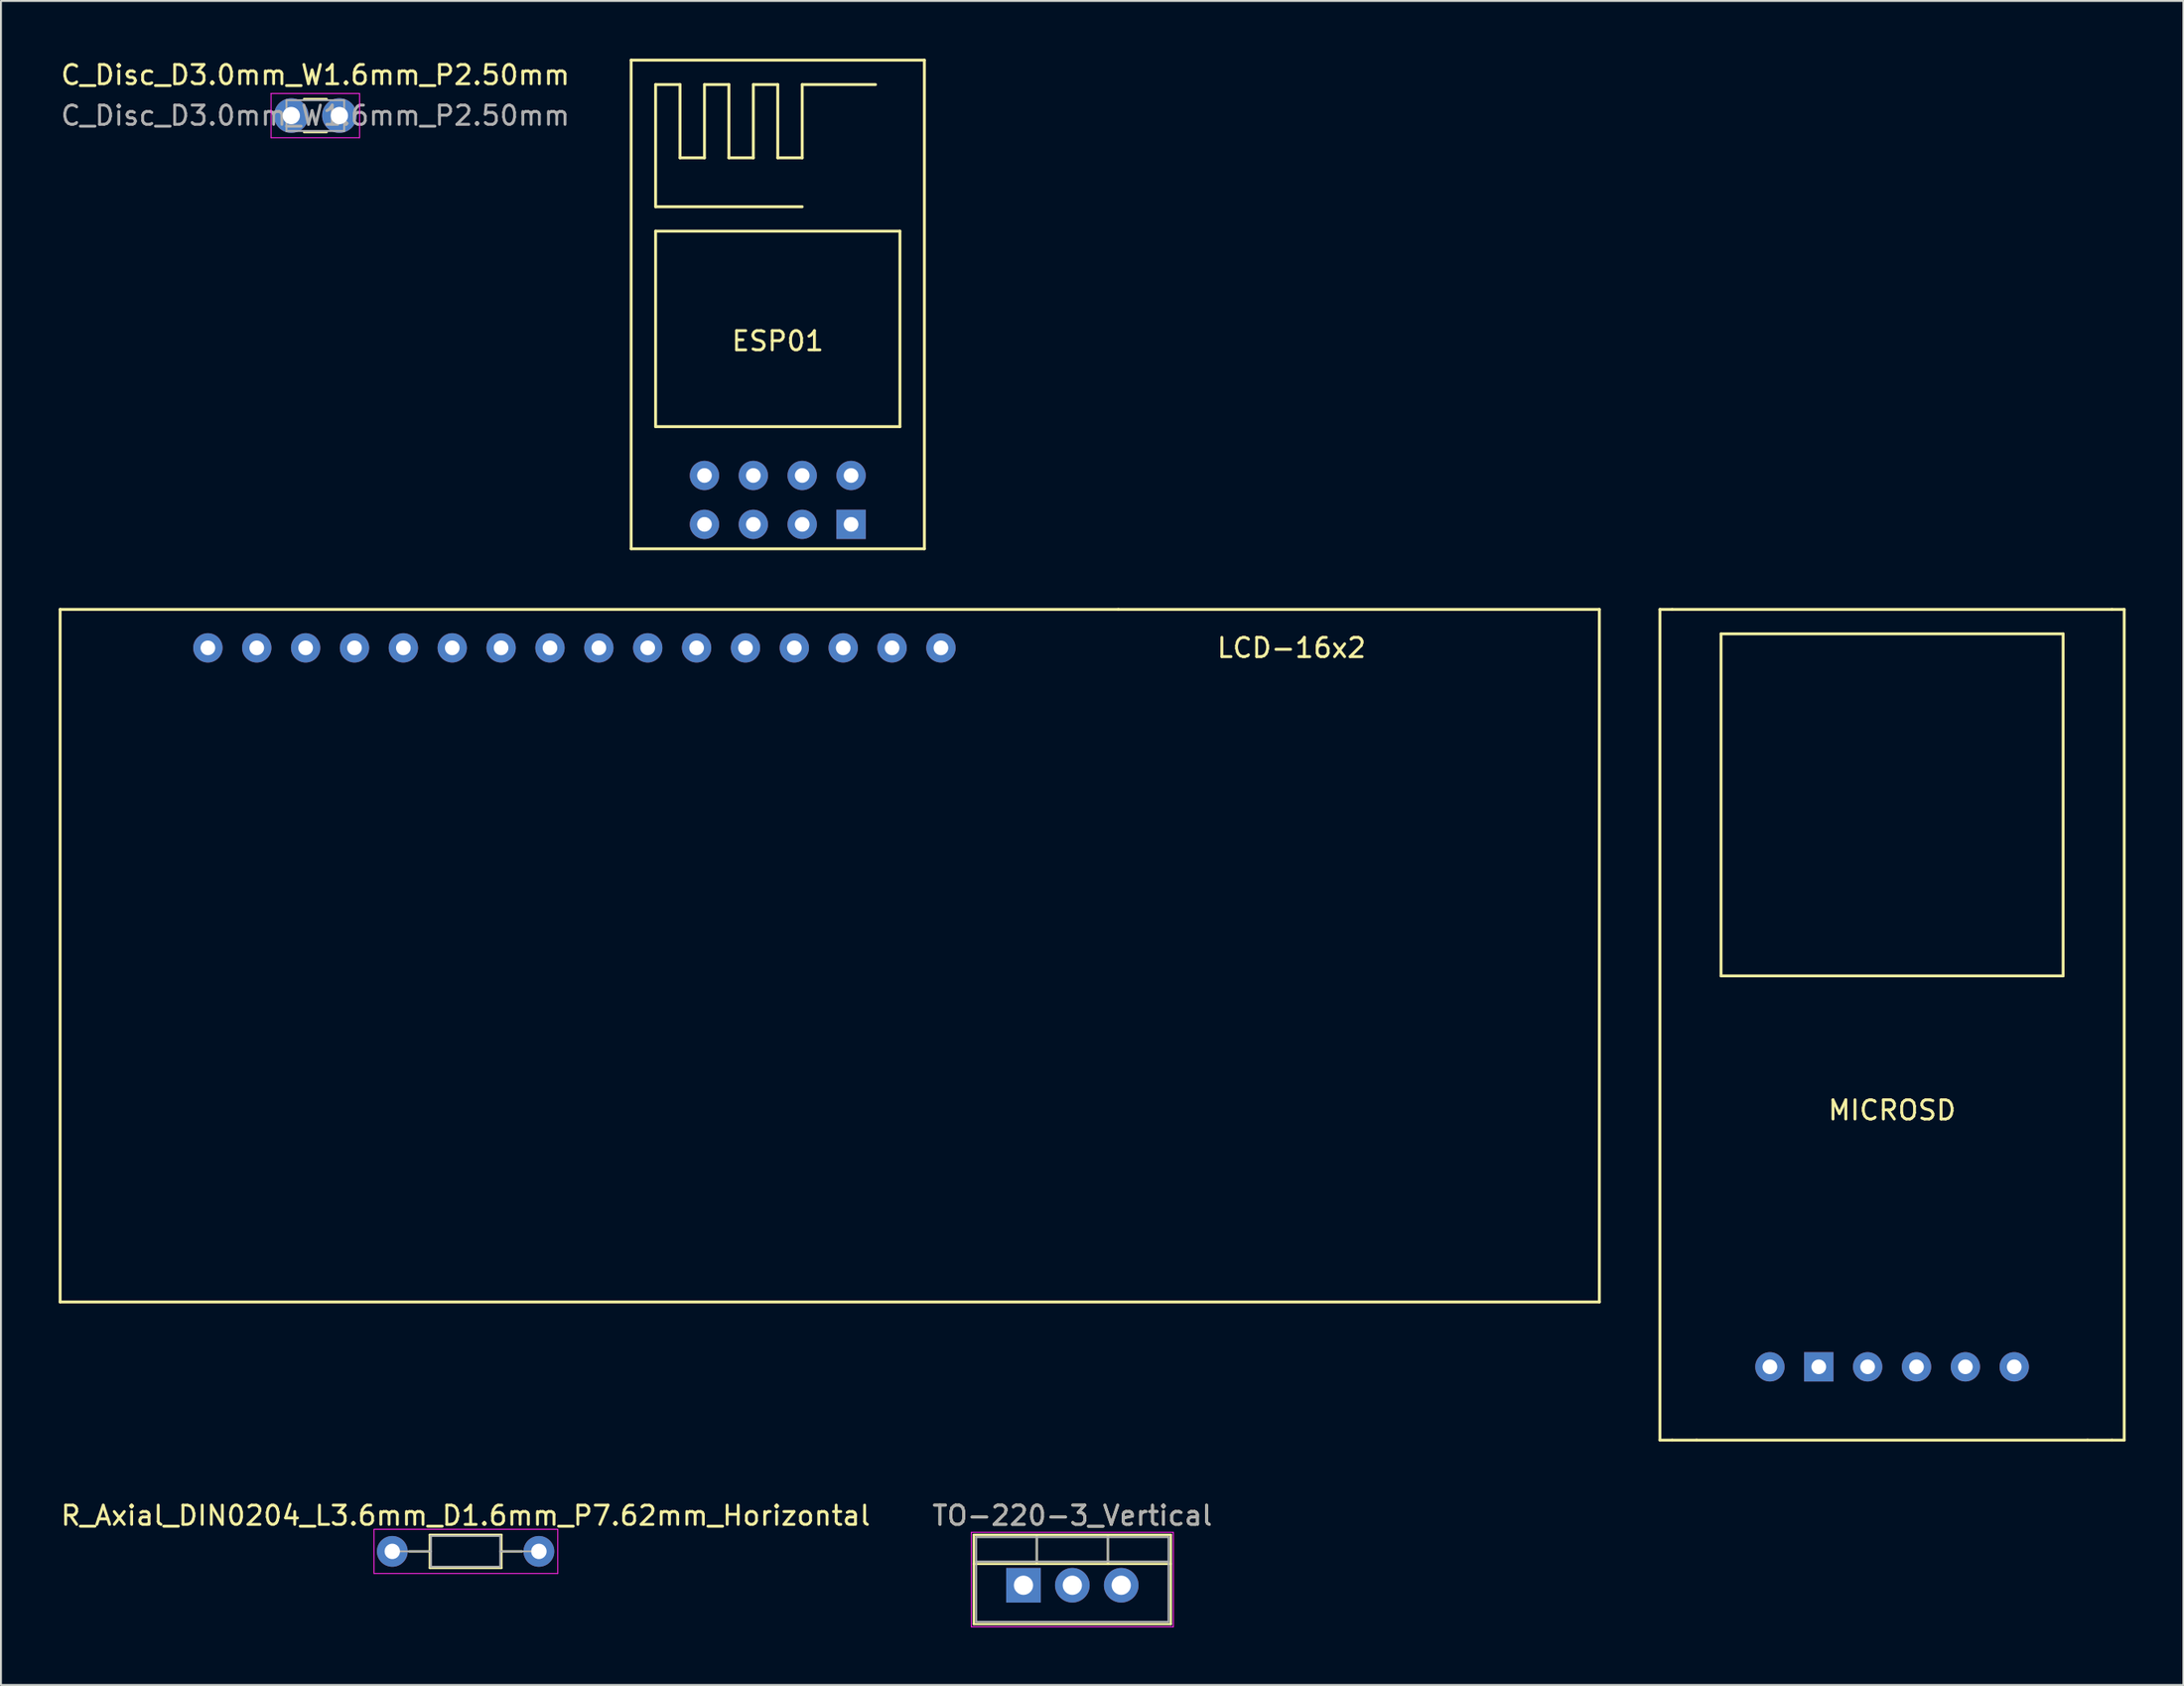
<source format=kicad_pcb>
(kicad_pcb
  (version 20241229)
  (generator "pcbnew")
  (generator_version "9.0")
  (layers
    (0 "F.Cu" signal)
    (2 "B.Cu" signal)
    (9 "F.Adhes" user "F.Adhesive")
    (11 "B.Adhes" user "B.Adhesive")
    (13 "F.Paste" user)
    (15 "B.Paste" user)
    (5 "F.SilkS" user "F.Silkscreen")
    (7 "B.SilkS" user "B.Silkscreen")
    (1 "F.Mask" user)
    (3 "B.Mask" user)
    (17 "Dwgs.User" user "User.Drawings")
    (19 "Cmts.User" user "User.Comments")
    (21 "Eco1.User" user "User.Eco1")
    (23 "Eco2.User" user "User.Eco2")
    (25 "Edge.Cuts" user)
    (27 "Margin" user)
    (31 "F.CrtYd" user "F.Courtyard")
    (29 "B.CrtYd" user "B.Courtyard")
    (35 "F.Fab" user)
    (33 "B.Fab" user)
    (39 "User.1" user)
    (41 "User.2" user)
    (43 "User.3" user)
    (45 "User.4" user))
  (footprint "MICROSD"
    (layer "F.Cu")
    (at 96.56 62.915)
    (property "Reference" "MICROSD" (at -1.27 -8.255 0) (layer "F.SilkS") (effects (font (size 1 1) (thickness 0.15))))
    (attr through_hole)
    (fp_line (start -13.335 -34.29) (end -12.7 -34.29) (stroke (width 0.15) (type solid)) (layer "F.SilkS"))
    (fp_line (start -13.335 8.89) (end -13.335 -34.29) (stroke (width 0.15) (type solid)) (layer "F.SilkS"))
    (fp_line (start -13.335 8.89) (end -12.7 8.89) (stroke (width 0.15) (type solid)) (layer "F.SilkS"))
    (fp_line (start -12.7 8.89) (end -11.43 8.89) (stroke (width 0.15) (type solid)) (layer "F.SilkS"))
    (fp_line (start -11.43 8.89) (end 8.89 8.89) (stroke (width 0.15) (type solid)) (layer "F.SilkS"))
    (fp_line (start -10.16 -33.02) (end -10.16 -15.24) (stroke (width 0.15) (type solid)) (layer "F.SilkS"))
    (fp_line (start -10.16 -15.24) (end 7.62 -15.24) (stroke (width 0.15) (type solid)) (layer "F.SilkS"))
    (fp_line (start 7.62 -33.02) (end -10.16 -33.02) (stroke (width 0.15) (type solid)) (layer "F.SilkS"))
    (fp_line (start 7.62 -15.24) (end 7.62 -33.02) (stroke (width 0.15) (type solid)) (layer "F.SilkS"))
    (fp_line (start 10.16 -34.29) (end -12.7 -34.29) (stroke (width 0.15) (type solid)) (layer "F.SilkS"))
    (fp_line (start 10.16 -34.29) (end 10.795 -34.29) (stroke (width 0.15) (type solid)) (layer "F.SilkS"))
    (fp_line (start 10.16 8.89) (end 8.89 8.89) (stroke (width 0.15) (type solid)) (layer "F.SilkS"))
    (fp_line (start 10.795 8.89) (end 10.16 8.89) (stroke (width 0.15) (type solid)) (layer "F.SilkS"))
    (fp_line (start 10.795 8.89) (end 10.795 -34.29) (stroke (width 0.15) (type solid)) (layer "F.SilkS"))
    (pad "1" thru_hole circle (at 5.08 5.08) (size 1.524 1.524) (drill 0.762) (layers "*.Cu" "*.Mask"))
    (pad "2" thru_hole circle (at 2.54 5.08) (size 1.524 1.524) (drill 0.762) (layers "*.Cu" "*.Mask"))
    (pad "3" thru_hole circle (at 0 5.08) (size 1.524 1.524) (drill 0.762) (layers "*.Cu" "*.Mask"))
    (pad "4" thru_hole circle (at -2.54 5.08) (size 1.524 1.524) (drill 0.762) (layers "*.Cu" "*.Mask"))
    (pad "5" thru_hole rect (at -5.08 5.08) (size 1.524 1.524) (drill 0.762) (layers "*.Cu" "*.Mask"))
    (pad "6" thru_hole circle (at -7.62 5.08) (size 1.524 1.524) (drill 0.762) (layers "*.Cu" "*.Mask")))
  (footprint "R_Axial_DIN0204_L3.6mm_D1.6mm_P7.62mm_Horizontal"
    (layer "F.Cu")
    (at 17.339 77.588)
    (property "Reference" "R_Axial_DIN0204_L3.6mm_D1.6mm_P7.62mm_Horizontal" (at 3.81 -1.86 0) (layer "F.SilkS") (effects (font (size 1 1) (thickness 0.15))))
    (attr through_hole)
    (fp_line (start 0.88 0) (end 1.95 0) (stroke (width 0.12) (type solid)) (layer "F.SilkS"))
    (fp_line (start 1.95 -0.86) (end 1.95 0.86) (stroke (width 0.12) (type solid)) (layer "F.SilkS"))
    (fp_line (start 1.95 0.86) (end 5.67 0.86) (stroke (width 0.12) (type solid)) (layer "F.SilkS"))
    (fp_line (start 5.67 -0.86) (end 1.95 -0.86) (stroke (width 0.12) (type solid)) (layer "F.SilkS"))
    (fp_line (start 5.67 0.86) (end 5.67 -0.86) (stroke (width 0.12) (type solid)) (layer "F.SilkS"))
    (fp_line (start 6.74 0) (end 5.67 0) (stroke (width 0.12) (type solid)) (layer "F.SilkS"))
    (fp_line (start -0.95 -1.15) (end -0.95 1.15) (stroke (width 0.05) (type solid)) (layer "F.CrtYd"))
    (fp_line (start -0.95 1.15) (end 8.6 1.15) (stroke (width 0.05) (type solid)) (layer "F.CrtYd"))
    (fp_line (start 8.6 -1.15) (end -0.95 -1.15) (stroke (width 0.05) (type solid)) (layer "F.CrtYd"))
    (fp_line (start 8.6 1.15) (end 8.6 -1.15) (stroke (width 0.05) (type solid)) (layer "F.CrtYd"))
    (fp_line (start 0 0) (end 2.01 0) (stroke (width 0.1) (type solid)) (layer "F.Fab"))
    (fp_line (start 2.01 -0.8) (end 2.01 0.8) (stroke (width 0.1) (type solid)) (layer "F.Fab"))
    (fp_line (start 2.01 0.8) (end 5.61 0.8) (stroke (width 0.1) (type solid)) (layer "F.Fab"))
    (fp_line (start 5.61 -0.8) (end 2.01 -0.8) (stroke (width 0.1) (type solid)) (layer "F.Fab"))
    (fp_line (start 5.61 0.8) (end 5.61 -0.8) (stroke (width 0.1) (type solid)) (layer "F.Fab"))
    (fp_line (start 7.62 0) (end 5.61 0) (stroke (width 0.1) (type solid)) (layer "F.Fab"))
    (pad "1" thru_hole circle (at 0 0) (size 1.6 1.6) (drill 0.8) (layers "*.Cu" "*.Mask"))
    (pad "2" thru_hole circle (at 7.62 0) (size 1.6 1.6) (drill 0.8) (layers "*.Cu" "*.Mask")))
  (footprint "LCD-16x2"
    (layer "F.Cu")
    (at 28.075 30.625)
    (property "Reference" "LCD-16x2" (at 36 0 0) (layer "F.SilkS") (effects (font (size 1 1) (thickness 0.15))))
    (attr through_hole)
    (fp_line (start -28 -2) (end -28 34) (stroke (width 0.15) (type solid)) (layer "F.SilkS"))
    (fp_line (start -28 -2) (end 27 -2) (stroke (width 0.15) (type solid)) (layer "F.SilkS"))
    (fp_line (start -28 34) (end 52 34) (stroke (width 0.15) (type solid)) (layer "F.SilkS"))
    (fp_line (start 52 -2) (end 27 -2) (stroke (width 0.15) (type solid)) (layer "F.SilkS"))
    (fp_line (start 52 34) (end 52 -2) (stroke (width 0.15) (type solid)) (layer "F.SilkS"))
    (pad "1" thru_hole circle (at -20.32 0) (size 1.524 1.524) (drill 0.762) (layers "*.Cu" "*.Mask"))
    (pad "2" thru_hole circle (at -17.78 0) (size 1.524 1.524) (drill 0.762) (layers "*.Cu" "*.Mask"))
    (pad "3" thru_hole circle (at -15.24 0) (size 1.524 1.524) (drill 0.762) (layers "*.Cu" "*.Mask"))
    (pad "4" thru_hole circle (at -12.7 0) (size 1.524 1.524) (drill 0.762) (layers "*.Cu" "*.Mask"))
    (pad "5" thru_hole circle (at -10.16 0) (size 1.524 1.524) (drill 0.762) (layers "*.Cu" "*.Mask"))
    (pad "6" thru_hole circle (at -7.62 0) (size 1.524 1.524) (drill 0.762) (layers "*.Cu" "*.Mask"))
    (pad "7" thru_hole circle (at -5.08 0) (size 1.524 1.524) (drill 0.762) (layers "*.Cu" "*.Mask"))
    (pad "8" thru_hole circle (at -2.54 0) (size 1.524 1.524) (drill 0.762) (layers "*.Cu" "*.Mask"))
    (pad "9" thru_hole circle (at 0 0) (size 1.524 1.524) (drill 0.762) (layers "*.Cu" "*.Mask"))
    (pad "10" thru_hole circle (at 2.54 0) (size 1.524 1.524) (drill 0.762) (layers "*.Cu" "*.Mask"))
    (pad "11" thru_hole circle (at 5.08 0) (size 1.524 1.524) (drill 0.762) (layers "*.Cu" "*.Mask"))
    (pad "12" thru_hole circle (at 7.62 0) (size 1.524 1.524) (drill 0.762) (layers "*.Cu" "*.Mask"))
    (pad "13" thru_hole circle (at 10.16 0) (size 1.524 1.524) (drill 0.762) (layers "*.Cu" "*.Mask"))
    (pad "14" thru_hole circle (at 12.7 0) (size 1.524 1.524) (drill 0.762) (layers "*.Cu" "*.Mask"))
    (pad "15" thru_hole circle (at 15.24 0) (size 1.524 1.524) (drill 0.762) (layers "*.Cu" "*.Mask"))
    (pad "16" thru_hole circle (at 17.78 0) (size 1.524 1.524) (drill 0.762) (layers "*.Cu" "*.Mask")))
  (footprint "ESP01"
    (layer "F.Cu")
    (at 38.009 14.045)
    (property "Reference" "ESP01" (at -0.635 0.635 0) (layer "F.SilkS") (effects (font (size 1 1) (thickness 0.15))))
    (attr through_hole)
    (fp_line (start -8.255 -13.97) (end 6.985 -13.97) (stroke (width 0.15) (type solid)) (layer "F.SilkS"))
    (fp_line (start -8.255 11.43) (end -8.255 -13.97) (stroke (width 0.15) (type solid)) (layer "F.SilkS"))
    (fp_line (start -6.985 -12.7) (end -5.715 -12.7) (stroke (width 0.15) (type solid)) (layer "F.SilkS"))
    (fp_line (start -6.985 -6.35) (end -6.985 -12.7) (stroke (width 0.15) (type solid)) (layer "F.SilkS"))
    (fp_line (start -6.985 -5.08) (end -6.985 5.08) (stroke (width 0.15) (type solid)) (layer "F.SilkS"))
    (fp_line (start -6.985 5.08) (end 5.715 5.08) (stroke (width 0.15) (type solid)) (layer "F.SilkS"))
    (fp_line (start -5.715 -12.7) (end -5.715 -8.89) (stroke (width 0.15) (type solid)) (layer "F.SilkS"))
    (fp_line (start -5.715 -8.89) (end -4.445 -8.89) (stroke (width 0.15) (type solid)) (layer "F.SilkS"))
    (fp_line (start -4.445 -12.7) (end -3.175 -12.7) (stroke (width 0.15) (type solid)) (layer "F.SilkS"))
    (fp_line (start -4.445 -8.89) (end -4.445 -12.7) (stroke (width 0.15) (type solid)) (layer "F.SilkS"))
    (fp_line (start -3.175 -12.7) (end -3.175 -8.89) (stroke (width 0.15) (type solid)) (layer "F.SilkS"))
    (fp_line (start -3.175 -8.89) (end -1.905 -8.89) (stroke (width 0.15) (type solid)) (layer "F.SilkS"))
    (fp_line (start -1.905 -12.7) (end -0.635 -12.7) (stroke (width 0.15) (type solid)) (layer "F.SilkS"))
    (fp_line (start -1.905 -8.89) (end -1.905 -12.7) (stroke (width 0.15) (type solid)) (layer "F.SilkS"))
    (fp_line (start -0.635 -12.7) (end -0.635 -8.89) (stroke (width 0.15) (type solid)) (layer "F.SilkS"))
    (fp_line (start -0.635 -8.89) (end 0.635 -8.89) (stroke (width 0.15) (type solid)) (layer "F.SilkS"))
    (fp_line (start 0.635 -12.7) (end 4.445 -12.7) (stroke (width 0.15) (type solid)) (layer "F.SilkS"))
    (fp_line (start 0.635 -8.89) (end 0.635 -12.7) (stroke (width 0.15) (type solid)) (layer "F.SilkS"))
    (fp_line (start 0.635 -6.35) (end -6.985 -6.35) (stroke (width 0.15) (type solid)) (layer "F.SilkS"))
    (fp_line (start 5.715 -5.08) (end -6.985 -5.08) (stroke (width 0.15) (type solid)) (layer "F.SilkS"))
    (fp_line (start 5.715 5.08) (end 5.715 -5.08) (stroke (width 0.15) (type solid)) (layer "F.SilkS"))
    (fp_line (start 6.985 -13.97) (end 6.985 11.43) (stroke (width 0.15) (type solid)) (layer "F.SilkS"))
    (fp_line (start 6.985 11.43) (end -8.255 11.43) (stroke (width 0.15) (type solid)) (layer "F.SilkS"))
    (pad "1" thru_hole circle (at -4.445 7.62) (size 1.524 1.524) (drill 0.762) (layers "*.Cu" "*.Mask"))
    (pad "2" thru_hole circle (at -1.905 7.62) (size 1.524 1.524) (drill 0.762) (layers "*.Cu" "*.Mask"))
    (pad "3" thru_hole circle (at 0.635 7.62) (size 1.524 1.524) (drill 0.762) (layers "*.Cu" "*.Mask"))
    (pad "4" thru_hole circle (at 3.175 7.62) (size 1.524 1.524) (drill 0.762) (layers "*.Cu" "*.Mask"))
    (pad "5" thru_hole rect (at 3.175 10.16) (size 1.524 1.524) (drill 0.762) (layers "*.Cu" "*.Mask"))
    (pad "6" thru_hole circle (at 0.635 10.16) (size 1.524 1.524) (drill 0.762) (layers "*.Cu" "*.Mask"))
    (pad "7" thru_hole circle (at -1.905 10.16) (size 1.524 1.524) (drill 0.762) (layers "*.Cu" "*.Mask"))
    (pad "8" thru_hole circle (at -4.445 10.16) (size 1.524 1.524) (drill 0.762) (layers "*.Cu" "*.Mask")))
  (footprint "TO-220-3_Vertical"
    (layer "F.Cu")
    (at 50.145 79.348)
    (property "Reference" "TO-220-3_Vertical" (at 2.54 -3.62 0) (layer "F.SilkS") (effects (font (size 1 1) (thickness 0.15))))
    (attr through_hole)
    (fp_line (start -2.58 -2.62) (end -2.58 2.021) (stroke (width 0.12) (type solid)) (layer "F.SilkS"))
    (fp_line (start -2.58 -2.62) (end 7.66 -2.62) (stroke (width 0.12) (type solid)) (layer "F.SilkS"))
    (fp_line (start -2.58 -1.11) (end 7.66 -1.11) (stroke (width 0.12) (type solid)) (layer "F.SilkS"))
    (fp_line (start -2.58 2.021) (end 7.66 2.021) (stroke (width 0.12) (type solid)) (layer "F.SilkS"))
    (fp_line (start 0.69 -2.62) (end 0.69 -1.11) (stroke (width 0.12) (type solid)) (layer "F.SilkS"))
    (fp_line (start 4.391 -2.62) (end 4.391 -1.11) (stroke (width 0.12) (type solid)) (layer "F.SilkS"))
    (fp_line (start 7.66 -2.62) (end 7.66 2.021) (stroke (width 0.12) (type solid)) (layer "F.SilkS"))
    (fp_line (start -2.71 -2.75) (end -2.71 2.16) (stroke (width 0.05) (type solid)) (layer "F.CrtYd"))
    (fp_line (start -2.71 2.16) (end 7.79 2.16) (stroke (width 0.05) (type solid)) (layer "F.CrtYd"))
    (fp_line (start 7.79 -2.75) (end -2.71 -2.75) (stroke (width 0.05) (type solid)) (layer "F.CrtYd"))
    (fp_line (start 7.79 2.16) (end 7.79 -2.75) (stroke (width 0.05) (type solid)) (layer "F.CrtYd"))
    (fp_line (start -2.46 -2.5) (end -2.46 1.9) (stroke (width 0.1) (type solid)) (layer "F.Fab"))
    (fp_line (start -2.46 -1.23) (end 7.54 -1.23) (stroke (width 0.1) (type solid)) (layer "F.Fab"))
    (fp_line (start -2.46 1.9) (end 7.54 1.9) (stroke (width 0.1) (type solid)) (layer "F.Fab"))
    (fp_line (start 0.69 -2.5) (end 0.69 -1.23) (stroke (width 0.1) (type solid)) (layer "F.Fab"))
    (fp_line (start 4.39 -2.5) (end 4.39 -1.23) (stroke (width 0.1) (type solid)) (layer "F.Fab"))
    (fp_line (start 7.54 -2.5) (end -2.46 -2.5) (stroke (width 0.1) (type solid)) (layer "F.Fab"))
    (fp_line (start 7.54 1.9) (end 7.54 -2.5) (stroke (width 0.1) (type solid)) (layer "F.Fab"))
    (fp_text user "${REFERENCE}" (at 2.54 -3.62 0) (layer "F.Fab") (effects (font (size 1 1) (thickness 0.15))))
    (pad "1" thru_hole rect (at 0 0) (size 1.8 1.8) (drill 1) (layers "*.Cu" "*.Mask"))
    (pad "2" thru_hole oval (at 5.08 0) (size 1.8 1.8) (drill 1) (layers "*.Cu" "*.Mask"))
    (pad "3" thru_hole oval (at 2.54 0) (size 1.8 1.8) (drill 1) (layers "*.Cu" "*.Mask")))
  (footprint "C_Disc_D3.0mm_W1.6mm_P2.50mm"
    (layer "F.Cu")
    (at 12.089 2.958)
    (property "Reference" "C_Disc_D3.0mm_W1.6mm_P2.50mm" (at 1.25 -2.11 0) (layer "F.SilkS") (effects (font (size 1 1) (thickness 0.15))))
    (attr through_hole)
    (fp_line (start 0.663 -0.861) (end 1.837 -0.861) (stroke (width 0.12) (type solid)) (layer "F.SilkS"))
    (fp_line (start 0.663 0.861) (end 1.837 0.861) (stroke (width 0.12) (type solid)) (layer "F.SilkS"))
    (fp_line (start -1.05 -1.15) (end -1.05 1.15) (stroke (width 0.05) (type solid)) (layer "F.CrtYd"))
    (fp_line (start -1.05 1.15) (end 3.55 1.15) (stroke (width 0.05) (type solid)) (layer "F.CrtYd"))
    (fp_line (start 3.55 -1.15) (end -1.05 -1.15) (stroke (width 0.05) (type solid)) (layer "F.CrtYd"))
    (fp_line (start 3.55 1.15) (end 3.55 -1.15) (stroke (width 0.05) (type solid)) (layer "F.CrtYd"))
    (fp_line (start -0.25 -0.8) (end -0.25 0.8) (stroke (width 0.1) (type solid)) (layer "F.Fab"))
    (fp_line (start -0.25 0.8) (end 2.75 0.8) (stroke (width 0.1) (type solid)) (layer "F.Fab"))
    (fp_line (start 2.75 -0.8) (end -0.25 -0.8) (stroke (width 0.1) (type solid)) (layer "F.Fab"))
    (fp_line (start 2.75 0.8) (end 2.75 -0.8) (stroke (width 0.1) (type solid)) (layer "F.Fab"))
    (fp_text user "${REFERENCE}" (at 1.25 0 0) (layer "F.Fab") (effects (font (size 1 1) (thickness 0.15))))
    (pad "1" thru_hole circle (at 0 0) (size 1.8 1.8) (drill 0.9) (layers "*.Cu" "*.Mask"))
    (pad "2" thru_hole circle (at 2.5 0) (size 1.8 1.8) (drill 0.9) (layers "*.Cu" "*.Mask")))
  (gr_rect
    (start -3 -3)
    (end 110.43 84.533)
    (stroke (width 0.1) (type default))
    (fill no)
    (layer "Edge.Cuts")))
</source>
